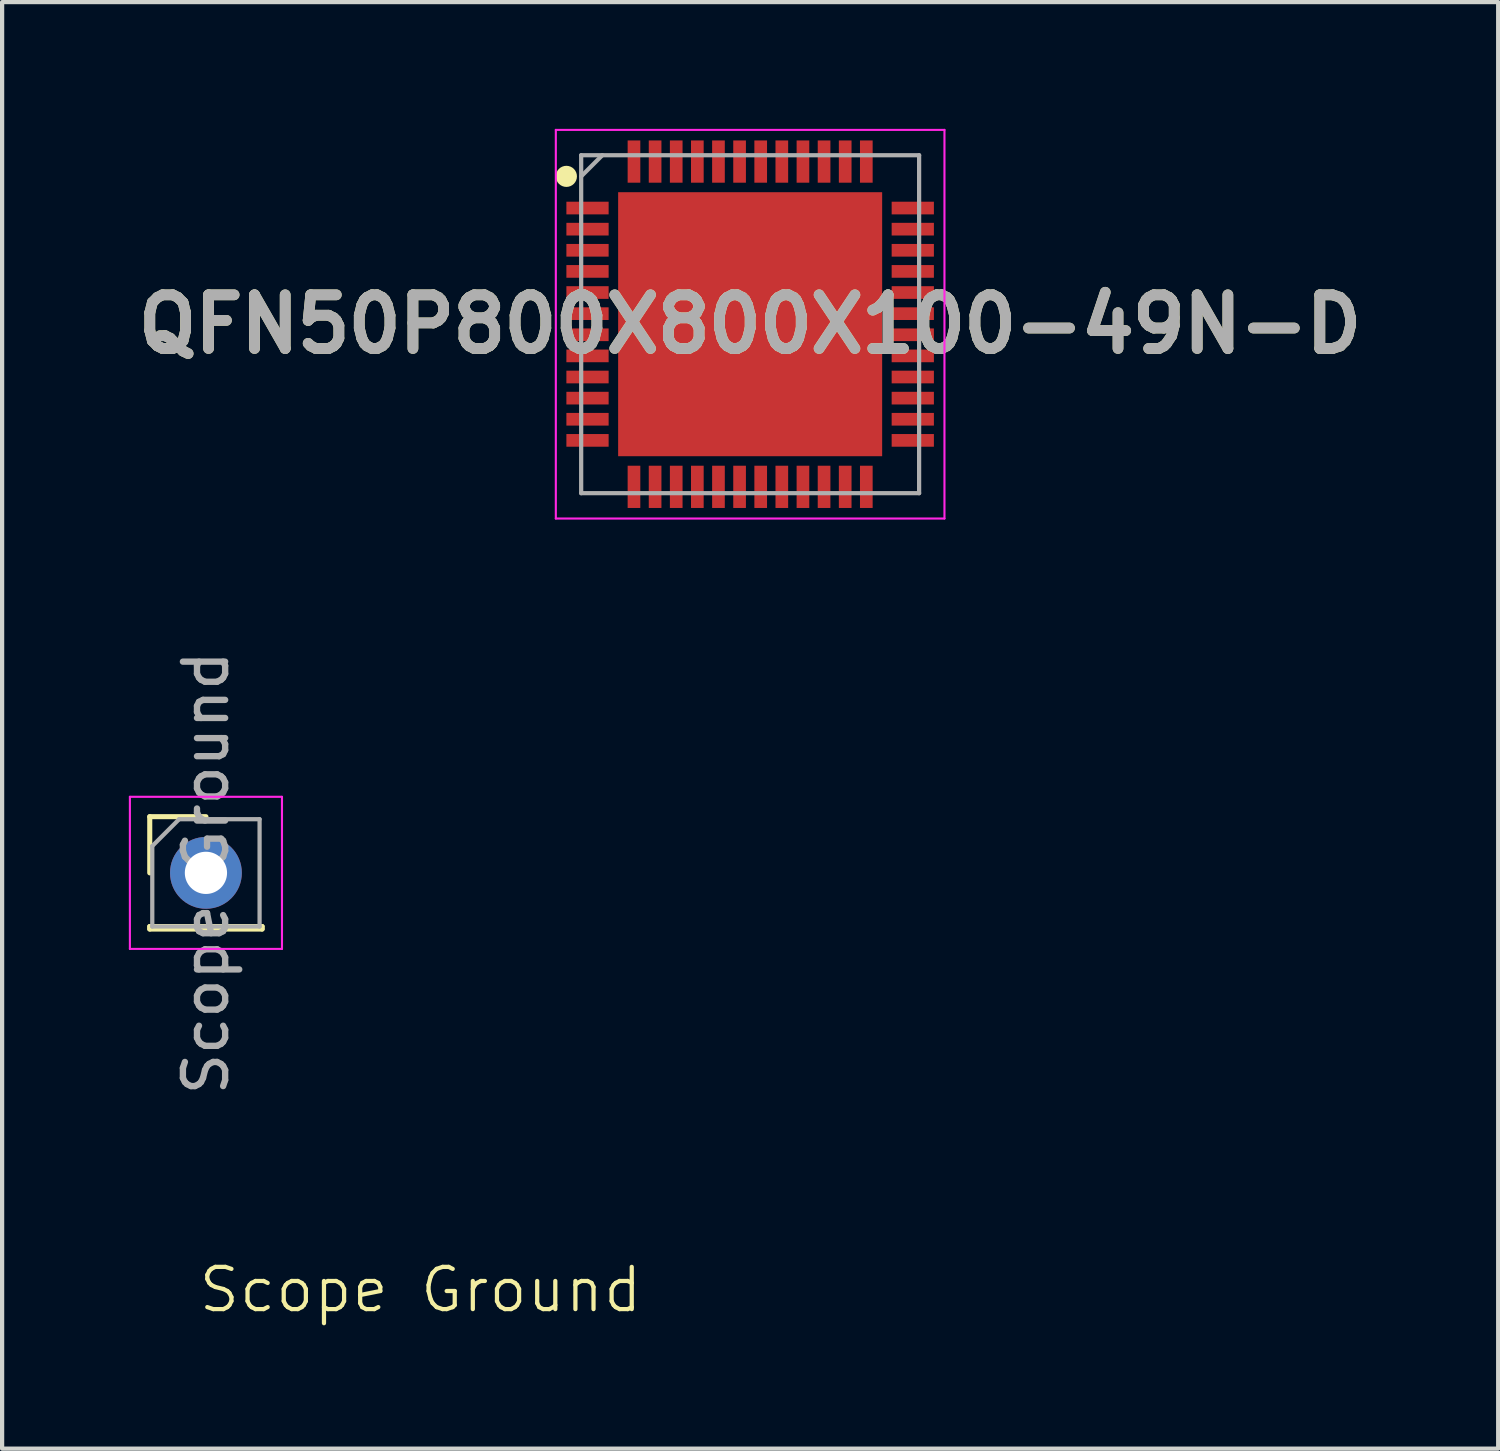
<source format=kicad_pcb>
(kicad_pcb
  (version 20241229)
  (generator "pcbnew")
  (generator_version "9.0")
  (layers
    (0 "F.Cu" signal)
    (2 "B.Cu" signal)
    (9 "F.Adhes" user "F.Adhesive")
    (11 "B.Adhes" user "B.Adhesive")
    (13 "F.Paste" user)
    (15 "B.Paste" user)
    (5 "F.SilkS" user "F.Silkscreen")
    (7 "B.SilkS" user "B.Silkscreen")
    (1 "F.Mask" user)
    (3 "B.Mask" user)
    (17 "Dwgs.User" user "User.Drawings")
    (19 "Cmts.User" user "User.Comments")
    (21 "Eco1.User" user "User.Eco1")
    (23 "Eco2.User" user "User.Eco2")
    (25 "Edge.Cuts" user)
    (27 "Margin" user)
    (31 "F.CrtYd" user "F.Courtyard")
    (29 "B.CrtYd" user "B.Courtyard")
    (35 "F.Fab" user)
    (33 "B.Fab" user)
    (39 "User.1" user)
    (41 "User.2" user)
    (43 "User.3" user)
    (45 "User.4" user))
  (footprint "QFN50P800X800X100-49N-D"
    (layer "F.Cu")
    (at 14.708 4.625)
    (property "Reference" "QFN50P800X800X100-49N-D" (at 0 0 0) (layer "F.SilkS") (effects (font (size 1.27 1.27) (thickness 0.254))))
    (attr smd)
    (fp_circle (center -4.35 -3.5) (end -4.35 -3.375) (stroke (width 0.25) (type solid)) (fill no) (layer "F.SilkS"))
    (fp_line (start -4.6 -4.6) (end 4.6 -4.6) (stroke (width 0.05) (type solid)) (layer "F.CrtYd"))
    (fp_line (start -4.6 4.6) (end -4.6 -4.6) (stroke (width 0.05) (type solid)) (layer "F.CrtYd"))
    (fp_line (start 4.6 -4.6) (end 4.6 4.6) (stroke (width 0.05) (type solid)) (layer "F.CrtYd"))
    (fp_line (start 4.6 4.6) (end -4.6 4.6) (stroke (width 0.05) (type solid)) (layer "F.CrtYd"))
    (fp_line (start -4 -4) (end 4 -4) (stroke (width 0.1) (type solid)) (layer "F.Fab"))
    (fp_line (start -4 -3.5) (end -3.5 -4) (stroke (width 0.1) (type solid)) (layer "F.Fab"))
    (fp_line (start -4 4) (end -4 -4) (stroke (width 0.1) (type solid)) (layer "F.Fab"))
    (fp_line (start 4 -4) (end 4 4) (stroke (width 0.1) (type solid)) (layer "F.Fab"))
    (fp_line (start 4 4) (end -4 4) (stroke (width 0.1) (type solid)) (layer "F.Fab"))
    (fp_text user "${REFERENCE}" (at 0 0 0) (layer "F.Fab") (effects (font (size 1.27 1.27) (thickness 0.254))))
    (pad "1" smd rect (at -3.85 -2.75 90) (size 0.3 1) (layers "F.Cu" "F.Mask" "F.Paste"))
    (pad "2" smd rect (at -3.85 -2.25 90) (size 0.3 1) (layers "F.Cu" "F.Mask" "F.Paste"))
    (pad "3" smd rect (at -3.85 -1.75 90) (size 0.3 1) (layers "F.Cu" "F.Mask" "F.Paste"))
    (pad "4" smd rect (at -3.85 -1.25 90) (size 0.3 1) (layers "F.Cu" "F.Mask" "F.Paste"))
    (pad "5" smd rect (at -3.85 -0.75 90) (size 0.3 1) (layers "F.Cu" "F.Mask" "F.Paste"))
    (pad "6" smd rect (at -3.85 -0.25 90) (size 0.3 1) (layers "F.Cu" "F.Mask" "F.Paste"))
    (pad "7" smd rect (at -3.85 0.25 90) (size 0.3 1) (layers "F.Cu" "F.Mask" "F.Paste"))
    (pad "8" smd rect (at -3.85 0.75 90) (size 0.3 1) (layers "F.Cu" "F.Mask" "F.Paste"))
    (pad "9" smd rect (at -3.85 1.25 90) (size 0.3 1) (layers "F.Cu" "F.Mask" "F.Paste"))
    (pad "10" smd rect (at -3.85 1.75 90) (size 0.3 1) (layers "F.Cu" "F.Mask" "F.Paste"))
    (pad "11" smd rect (at -3.85 2.25 90) (size 0.3 1) (layers "F.Cu" "F.Mask" "F.Paste"))
    (pad "12" smd rect (at -3.85 2.75 90) (size 0.3 1) (layers "F.Cu" "F.Mask" "F.Paste"))
    (pad "13" smd rect (at -2.75 3.85) (size 0.3 1) (layers "F.Cu" "F.Mask" "F.Paste"))
    (pad "14" smd rect (at -2.25 3.85) (size 0.3 1) (layers "F.Cu" "F.Mask" "F.Paste"))
    (pad "15" smd rect (at -1.75 3.85) (size 0.3 1) (layers "F.Cu" "F.Mask" "F.Paste"))
    (pad "16" smd rect (at -1.25 3.85) (size 0.3 1) (layers "F.Cu" "F.Mask" "F.Paste"))
    (pad "17" smd rect (at -0.75 3.85) (size 0.3 1) (layers "F.Cu" "F.Mask" "F.Paste"))
    (pad "18" smd rect (at -0.25 3.85) (size 0.3 1) (layers "F.Cu" "F.Mask" "F.Paste"))
    (pad "19" smd rect (at 0.25 3.85) (size 0.3 1) (layers "F.Cu" "F.Mask" "F.Paste"))
    (pad "20" smd rect (at 0.75 3.85) (size 0.3 1) (layers "F.Cu" "F.Mask" "F.Paste"))
    (pad "21" smd rect (at 1.25 3.85) (size 0.3 1) (layers "F.Cu" "F.Mask" "F.Paste"))
    (pad "22" smd rect (at 1.75 3.85) (size 0.3 1) (layers "F.Cu" "F.Mask" "F.Paste"))
    (pad "23" smd rect (at 2.25 3.85) (size 0.3 1) (layers "F.Cu" "F.Mask" "F.Paste"))
    (pad "24" smd rect (at 2.75 3.85) (size 0.3 1) (layers "F.Cu" "F.Mask" "F.Paste"))
    (pad "25" smd rect (at 3.85 2.75 90) (size 0.3 1) (layers "F.Cu" "F.Mask" "F.Paste"))
    (pad "26" smd rect (at 3.85 2.25 90) (size 0.3 1) (layers "F.Cu" "F.Mask" "F.Paste"))
    (pad "27" smd rect (at 3.85 1.75 90) (size 0.3 1) (layers "F.Cu" "F.Mask" "F.Paste"))
    (pad "28" smd rect (at 3.85 1.25 90) (size 0.3 1) (layers "F.Cu" "F.Mask" "F.Paste"))
    (pad "29" smd rect (at 3.85 0.75 90) (size 0.3 1) (layers "F.Cu" "F.Mask" "F.Paste"))
    (pad "30" smd rect (at 3.85 0.25 90) (size 0.3 1) (layers "F.Cu" "F.Mask" "F.Paste"))
    (pad "31" smd rect (at 3.85 -0.25 90) (size 0.3 1) (layers "F.Cu" "F.Mask" "F.Paste"))
    (pad "32" smd rect (at 3.85 -0.75 90) (size 0.3 1) (layers "F.Cu" "F.Mask" "F.Paste"))
    (pad "33" smd rect (at 3.85 -1.25 90) (size 0.3 1) (layers "F.Cu" "F.Mask" "F.Paste"))
    (pad "34" smd rect (at 3.85 -1.75 90) (size 0.3 1) (layers "F.Cu" "F.Mask" "F.Paste"))
    (pad "35" smd rect (at 3.85 -2.25 90) (size 0.3 1) (layers "F.Cu" "F.Mask" "F.Paste"))
    (pad "36" smd rect (at 3.85 -2.75 90) (size 0.3 1) (layers "F.Cu" "F.Mask" "F.Paste"))
    (pad "37" smd rect (at 2.75 -3.85) (size 0.3 1) (layers "F.Cu" "F.Mask" "F.Paste"))
    (pad "38" smd rect (at 2.25 -3.85) (size 0.3 1) (layers "F.Cu" "F.Mask" "F.Paste"))
    (pad "39" smd rect (at 1.75 -3.85) (size 0.3 1) (layers "F.Cu" "F.Mask" "F.Paste"))
    (pad "40" smd rect (at 1.25 -3.85) (size 0.3 1) (layers "F.Cu" "F.Mask" "F.Paste"))
    (pad "41" smd rect (at 0.75 -3.85) (size 0.3 1) (layers "F.Cu" "F.Mask" "F.Paste"))
    (pad "42" smd rect (at 0.25 -3.85) (size 0.3 1) (layers "F.Cu" "F.Mask" "F.Paste"))
    (pad "43" smd rect (at -0.25 -3.85) (size 0.3 1) (layers "F.Cu" "F.Mask" "F.Paste"))
    (pad "44" smd rect (at -0.75 -3.85) (size 0.3 1) (layers "F.Cu" "F.Mask" "F.Paste"))
    (pad "45" smd rect (at -1.25 -3.85) (size 0.3 1) (layers "F.Cu" "F.Mask" "F.Paste"))
    (pad "46" smd rect (at -1.75 -3.85) (size 0.3 1) (layers "F.Cu" "F.Mask" "F.Paste"))
    (pad "47" smd rect (at -2.25 -3.85) (size 0.3 1) (layers "F.Cu" "F.Mask" "F.Paste"))
    (pad "48" smd rect (at -2.75 -3.85) (size 0.3 1) (layers "F.Cu" "F.Mask" "F.Paste"))
    (pad "49" smd rect (at 0 0) (size 6.25 6.25) (layers "F.Cu" "F.Mask" "F.Paste")))
  (footprint "Scope Ground"
    (layer "F.Cu")
    (at 6.905 27.983)
    (property "Reference" "Scope Ground" (at 0 -0.5 0) (unlocked yes) (layer "F.SilkS") (effects (font (size 1 1) (thickness 0.1))))
    (attr through_hole)
    (fp_line (start -6.41 -11.7) (end -5.08 -11.7) (stroke (width 0.12) (type solid)) (layer "F.SilkS"))
    (fp_line (start -6.41 -10.37) (end -6.41 -11.7) (stroke (width 0.12) (type solid)) (layer "F.SilkS"))
    (fp_line (start -6.41 -9.1) (end -6.41 -9.04) (stroke (width 0.12) (type solid)) (layer "F.SilkS"))
    (fp_line (start -6.41 -9.1) (end -3.75 -9.1) (stroke (width 0.12) (type solid)) (layer "F.SilkS"))
    (fp_line (start -6.41 -9.04) (end -3.75 -9.04) (stroke (width 0.12) (type solid)) (layer "F.SilkS"))
    (fp_line (start -3.75 -9.1) (end -3.75 -9.04) (stroke (width 0.12) (type solid)) (layer "F.SilkS"))
    (fp_line (start -6.88 -12.17) (end -6.88 -8.57) (stroke (width 0.05) (type solid)) (layer "F.CrtYd"))
    (fp_line (start -6.88 -8.57) (end -3.28 -8.57) (stroke (width 0.05) (type solid)) (layer "F.CrtYd"))
    (fp_line (start -3.28 -12.17) (end -6.88 -12.17) (stroke (width 0.05) (type solid)) (layer "F.CrtYd"))
    (fp_line (start -3.28 -8.57) (end -3.28 -12.17) (stroke (width 0.05) (type solid)) (layer "F.CrtYd"))
    (fp_line (start -6.35 -11.005) (end -5.715 -11.64) (stroke (width 0.1) (type solid)) (layer "F.Fab"))
    (fp_line (start -6.35 -9.1) (end -6.35 -11.005) (stroke (width 0.1) (type solid)) (layer "F.Fab"))
    (fp_line (start -5.715 -11.64) (end -3.81 -11.64) (stroke (width 0.1) (type solid)) (layer "F.Fab"))
    (fp_line (start -3.81 -11.64) (end -3.81 -9.1) (stroke (width 0.1) (type solid)) (layer "F.Fab"))
    (fp_line (start -3.81 -9.1) (end -6.35 -9.1) (stroke (width 0.1) (type solid)) (layer "F.Fab"))
    (fp_text user "${REFERENCE}" (at -5.08 -10.37 90) (layer "F.Fab") (effects (font (size 1 1) (thickness 0.15))))
    (pad "1" thru_hole circle (at -5.08 -10.37) (size 1.7 1.7) (drill 1) (layers "*.Cu" "*.Mask")))
  (gr_rect
    (start -3 -3)
    (end 32.416 31.244)
    (stroke (width 0.1) (type default))
    (fill no)
    (layer "Edge.Cuts")))
</source>
